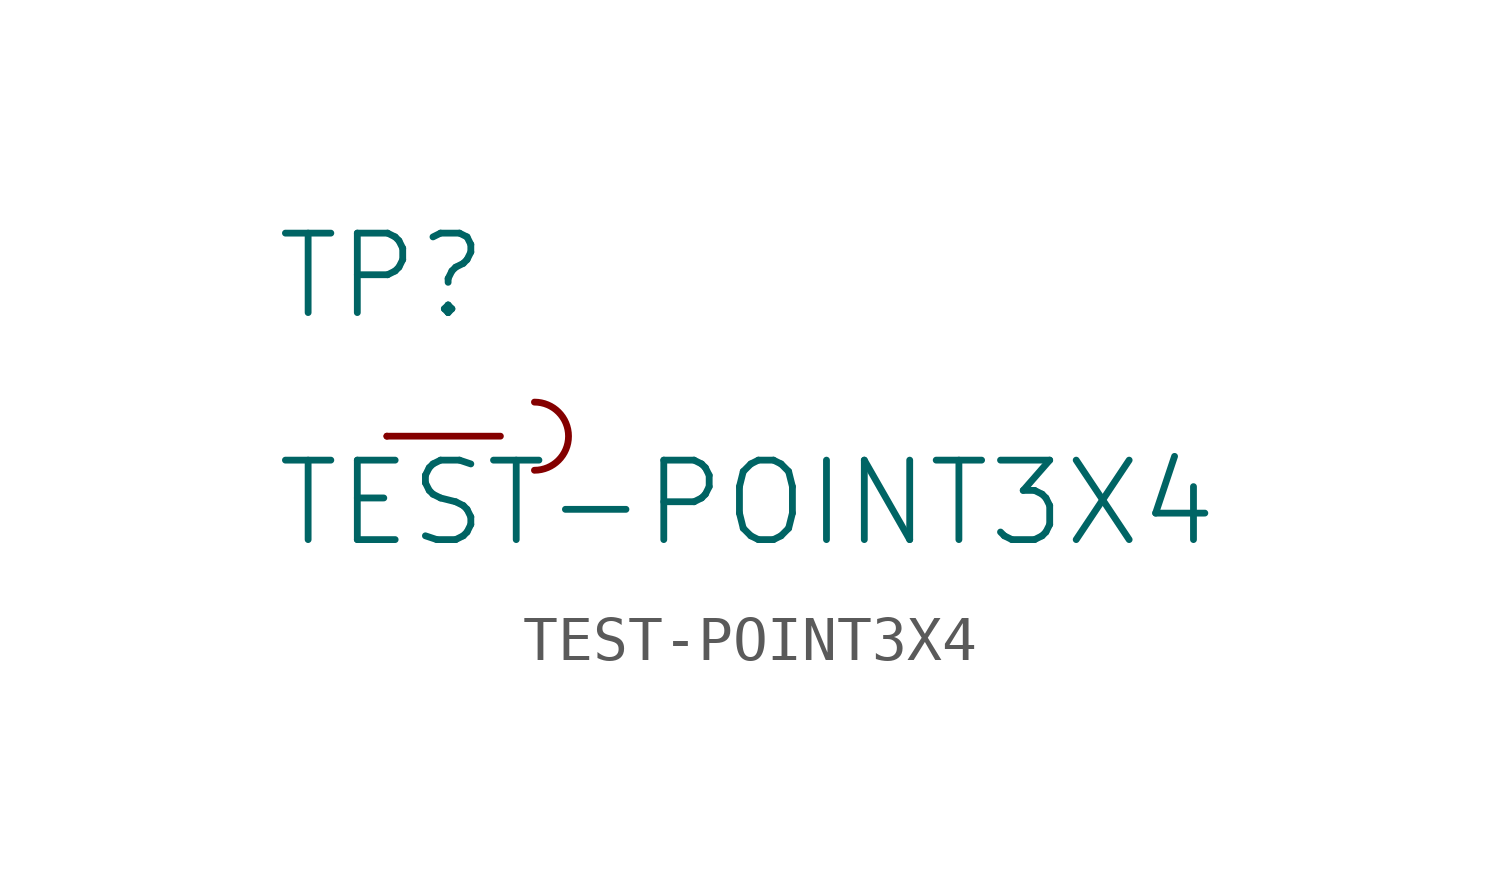
<source format=kicad_sym>
(kicad_symbol_lib
  (version 20211014)
  (generator kicad_symbol_editor)
  (symbol "TEST-POINT3X4"
    (property "Reference" "TP"
      (at -2.54 2.54 0)
      (effects (font (size 1.778 1.778)) (justify left bottom)))
    (property "Value" "TEST-POINT3X4"
      (at -2.54 -2.54 0)
      (effects (font (size 1.778 1.778)) (justify left bottom)))
    (property "ki_locked" ""
      (at 0 0 0)
      (effects (font (size 1.27 1.27))))
    (symbol "TEST-POINT3X4_1_0"
      (polyline (pts (xy 2.54 0) (xy 0 0)) (stroke (width 0.152) (type default) (color 0 0 0 0)) (fill (type none)))
      (arc (start 3.302 -0.762) (mid 4.064 0) (end 3.302 0.762) (stroke (width 0.1524) (type default) (color 0 0 0 0)) (fill (type none)))
      (pin bidirectional line (at 0 0 180) (length 0) (name "1" (effects (font (size 0 0)))) (number "1" (effects (font (size 0 0))))))))
</source>
